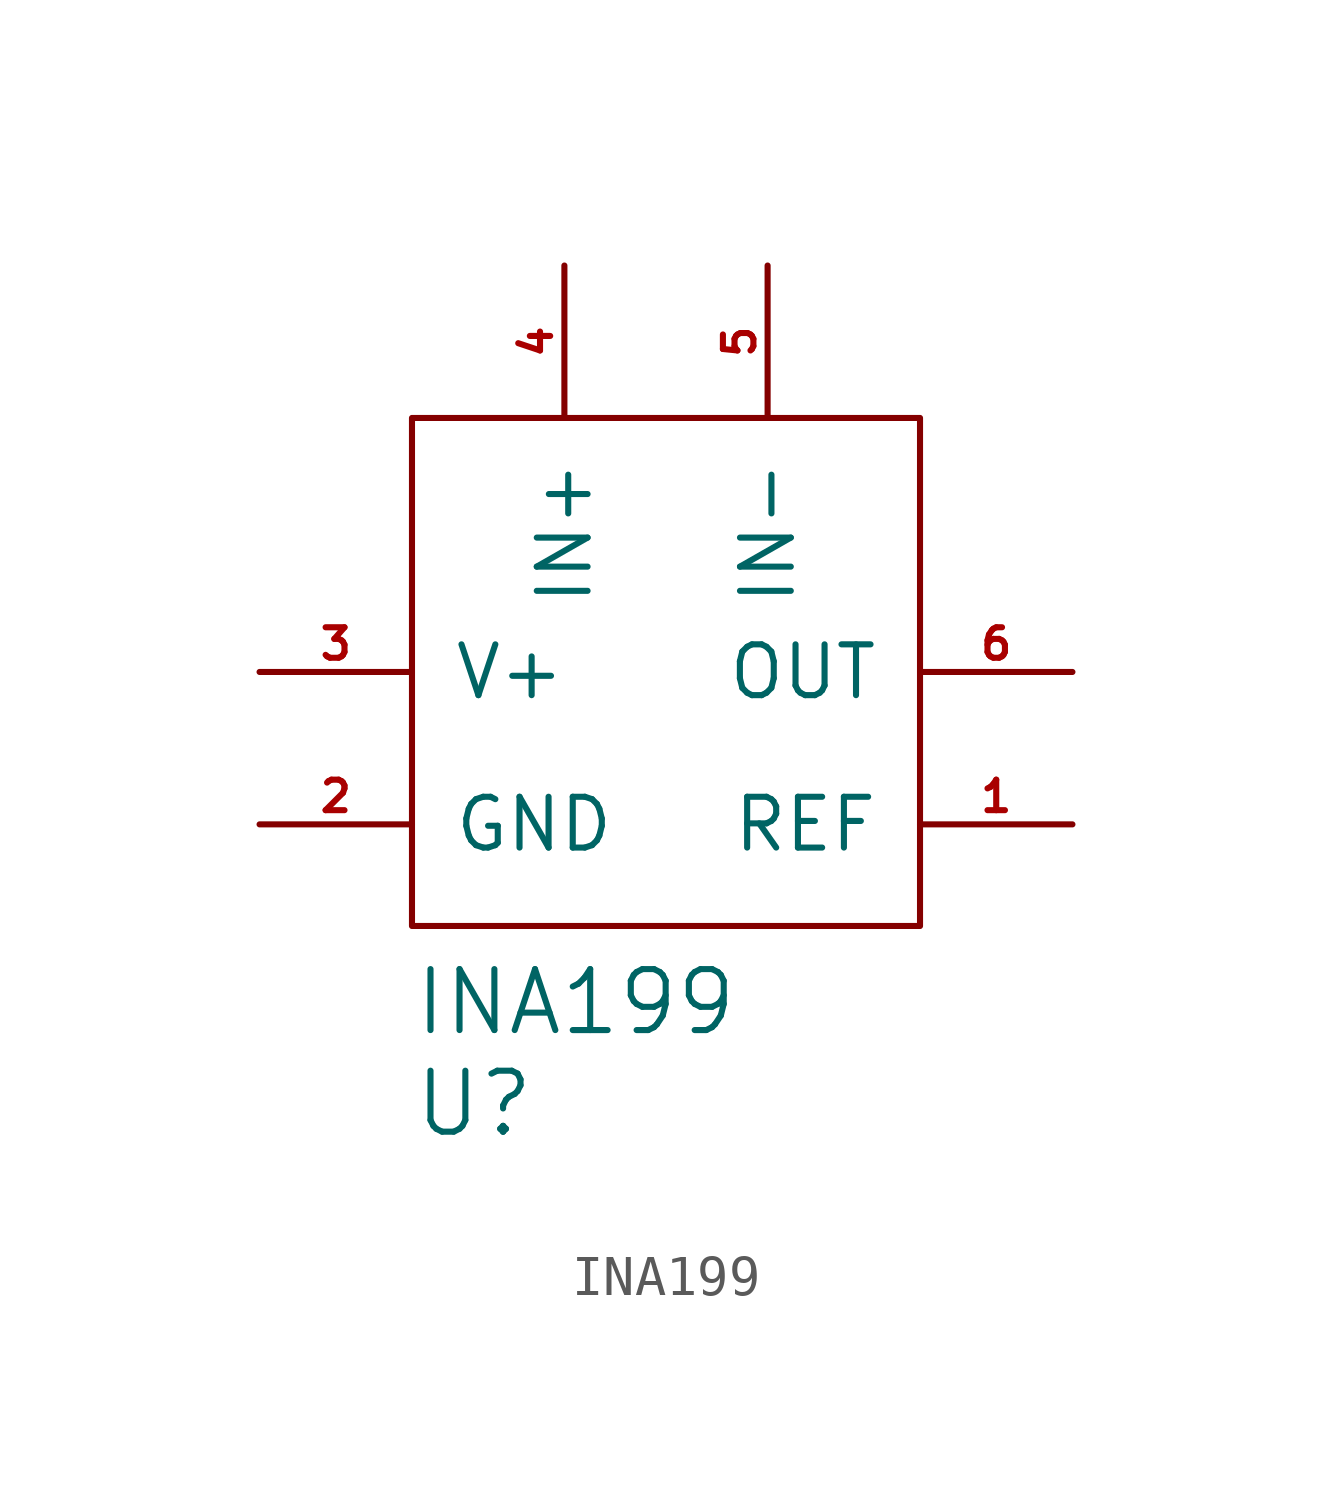
<source format=kicad_sym>
(kicad_symbol_lib
  (version 20211014)
  (generator kicad_symbol_editor)
  (symbol "INA199"
    (pin_names
      (offset 1.016))
    (property "Reference" "U"
      (at -6.35 -10.795 0)
      (effects (font (size 1.524 1.524)) (justify left)))
    (property "Value" "INA199"
      (at -6.35 -8.255 0)
      (effects (font (size 1.524 1.524)) (justify left)))
    (symbol "INA199_0_1"
      (rectangle (start -6.35 6.35) (end 6.35 -6.35) (stroke (width 0) (type default) (color 0 0 0 0)) (fill (type none))))
    (symbol "INA199_1_1"
      (pin passive line (at 10.16 -3.81 180) (length 3.81) (name "REF" (effects (font (size 1.27 1.27)))) (number "1" (effects (font (size 0.762 0.762)))))
      (pin power_in line (at -10.16 -3.81 0) (length 3.81) (name "GND" (effects (font (size 1.27 1.27)))) (number "2" (effects (font (size 0.762 0.762)))))
      (pin power_in line (at -10.16 0 0) (length 3.81) (name "V+" (effects (font (size 1.27 1.27)))) (number "3" (effects (font (size 0.762 0.762)))))
      (pin passive line (at -2.54 10.16 270) (length 3.81) (name "IN+" (effects (font (size 1.27 1.27)))) (number "4" (effects (font (size 0.762 0.762)))))
      (pin passive line (at 2.54 10.16 270) (length 3.81) (name "IN-" (effects (font (size 1.27 1.27)))) (number "5" (effects (font (size 0.762 0.762)))))
      (pin passive line (at 10.16 0 180) (length 3.81) (name "OUT" (effects (font (size 1.27 1.27)))) (number "6" (effects (font (size 0.762 0.762))))))))
</source>
